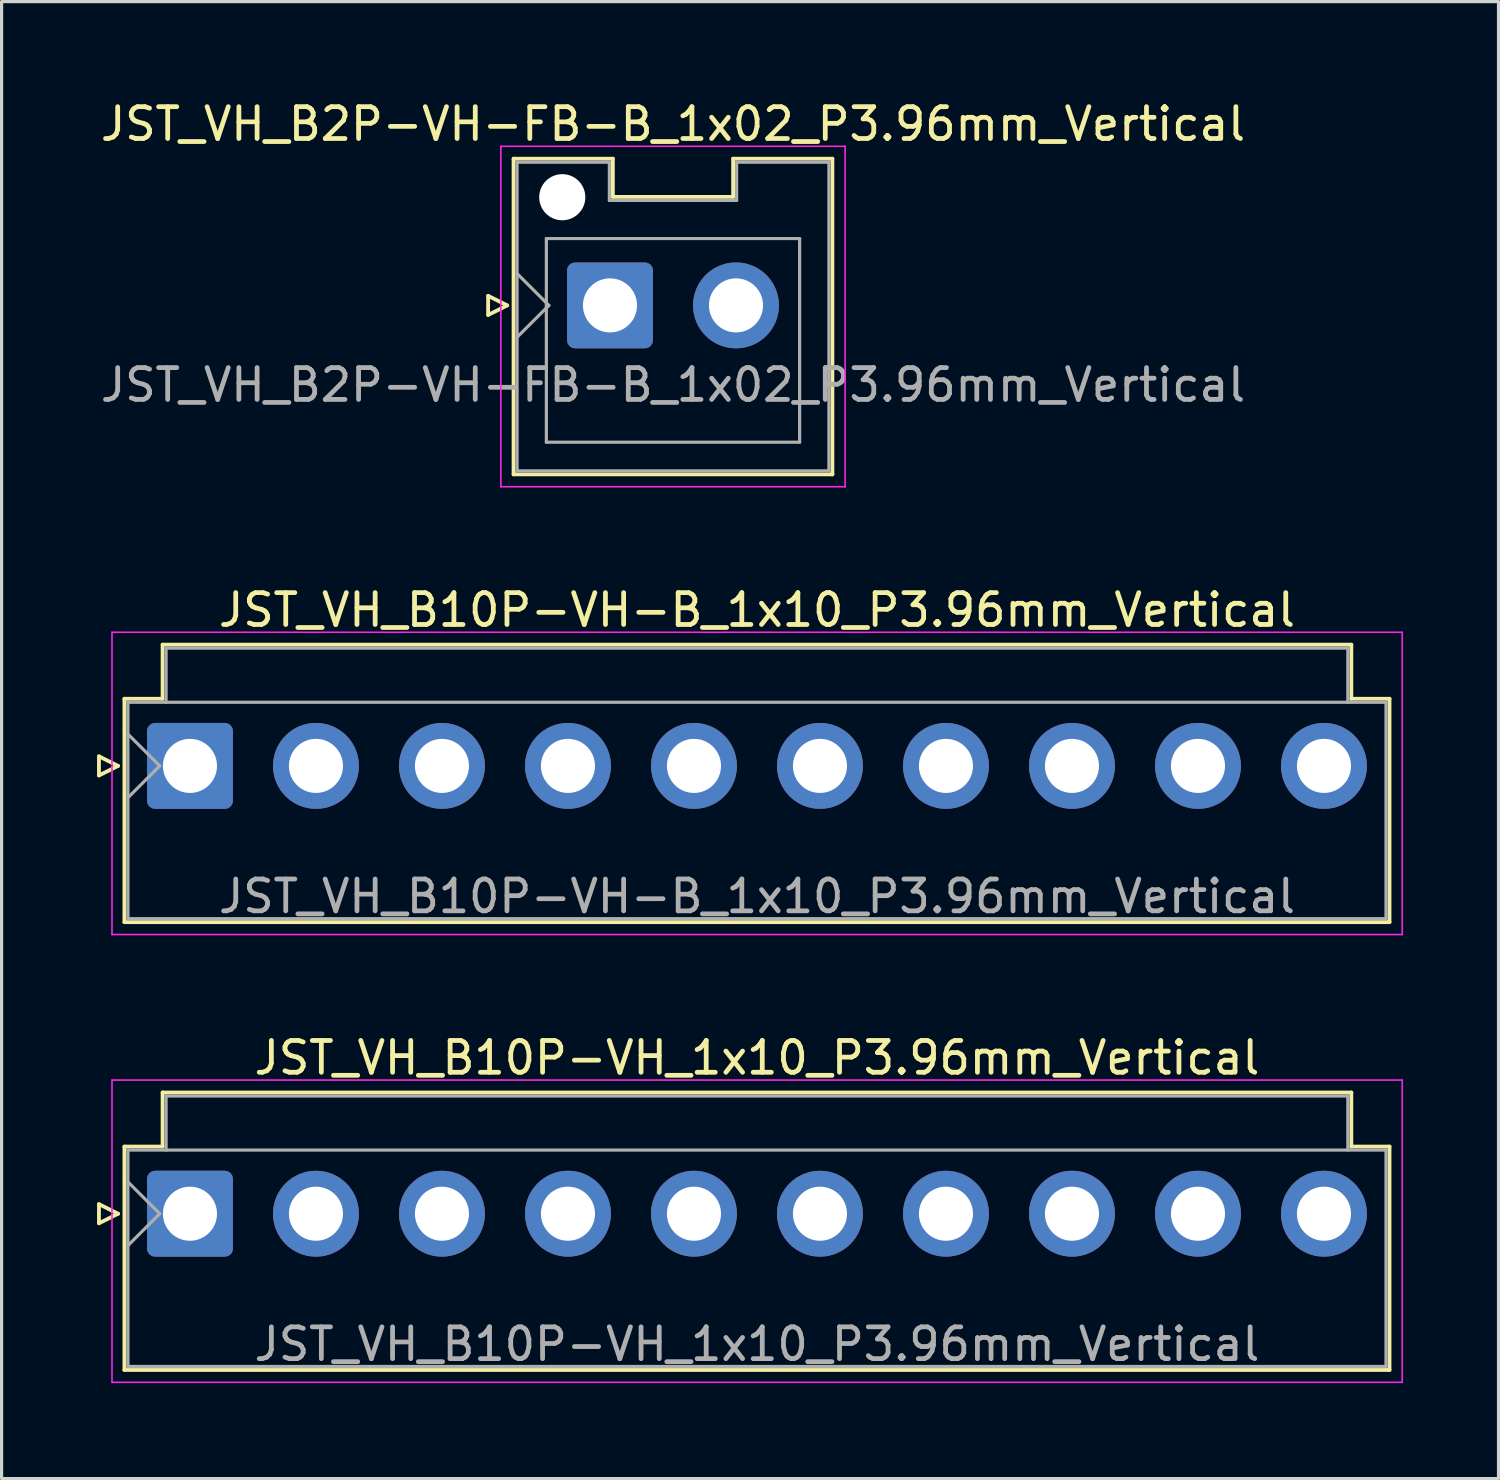
<source format=kicad_pcb>
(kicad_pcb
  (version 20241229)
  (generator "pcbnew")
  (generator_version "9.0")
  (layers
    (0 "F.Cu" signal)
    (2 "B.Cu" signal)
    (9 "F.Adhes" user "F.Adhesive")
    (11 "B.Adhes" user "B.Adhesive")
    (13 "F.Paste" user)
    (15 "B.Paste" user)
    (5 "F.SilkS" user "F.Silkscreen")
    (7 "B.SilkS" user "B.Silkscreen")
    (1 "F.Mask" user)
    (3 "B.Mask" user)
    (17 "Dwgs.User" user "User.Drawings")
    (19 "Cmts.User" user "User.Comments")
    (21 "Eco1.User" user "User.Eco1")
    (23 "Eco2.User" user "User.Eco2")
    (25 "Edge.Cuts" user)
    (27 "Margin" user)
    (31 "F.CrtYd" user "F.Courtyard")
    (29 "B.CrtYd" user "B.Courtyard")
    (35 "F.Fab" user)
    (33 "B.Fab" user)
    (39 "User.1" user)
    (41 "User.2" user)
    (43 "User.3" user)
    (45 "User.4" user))
  (footprint "JST_VH_B10P-VH_1x10_P3.96mm_Vertical"
    (layer "F.Cu")
    (at 2.92 35.095)
    (property "Reference" "JST_VH_B10P-VH_1x10_P3.96mm_Vertical" (at 17.82 -4.9 0) (layer "F.SilkS") (effects (font (size 1 1) (thickness 0.15))))
    (attr through_hole)
    (fp_line (start -2.86 -0.3) (end -2.26 0) (stroke (width 0.12) (type solid)) (layer "F.SilkS"))
    (fp_line (start -2.86 0.3) (end -2.86 -0.3) (stroke (width 0.12) (type solid)) (layer "F.SilkS"))
    (fp_line (start -2.26 0) (end -2.86 0.3) (stroke (width 0.12) (type solid)) (layer "F.SilkS"))
    (fp_line (start -2.06 -2.11) (end -0.86 -2.11) (stroke (width 0.12) (type solid)) (layer "F.SilkS"))
    (fp_line (start -2.06 4.91) (end -2.06 -2.11) (stroke (width 0.12) (type solid)) (layer "F.SilkS"))
    (fp_line (start -0.86 -3.81) (end 36.5 -3.81) (stroke (width 0.12) (type solid)) (layer "F.SilkS"))
    (fp_line (start -0.86 -2.11) (end -0.86 -3.81) (stroke (width 0.12) (type solid)) (layer "F.SilkS"))
    (fp_line (start 36.5 -3.81) (end 36.5 -2.11) (stroke (width 0.12) (type solid)) (layer "F.SilkS"))
    (fp_line (start 36.5 -2.11) (end 37.7 -2.11) (stroke (width 0.12) (type solid)) (layer "F.SilkS"))
    (fp_line (start 37.7 -2.11) (end 37.7 4.91) (stroke (width 0.12) (type solid)) (layer "F.SilkS"))
    (fp_line (start 37.7 4.91) (end -2.06 4.91) (stroke (width 0.12) (type solid)) (layer "F.SilkS"))
    (fp_line (start -2.45 -4.2) (end -2.45 5.3) (stroke (width 0.05) (type solid)) (layer "F.CrtYd"))
    (fp_line (start -2.45 5.3) (end 38.1 5.3) (stroke (width 0.05) (type solid)) (layer "F.CrtYd"))
    (fp_line (start 38.1 -4.2) (end -2.45 -4.2) (stroke (width 0.05) (type solid)) (layer "F.CrtYd"))
    (fp_line (start 38.1 5.3) (end 38.1 -4.2) (stroke (width 0.05) (type solid)) (layer "F.CrtYd"))
    (fp_line (start -1.95 -2) (end -1.95 4.8) (stroke (width 0.1) (type solid)) (layer "F.Fab"))
    (fp_line (start -1.95 -1) (end -0.95 0) (stroke (width 0.1) (type solid)) (layer "F.Fab"))
    (fp_line (start -1.95 1) (end -0.95 0) (stroke (width 0.1) (type solid)) (layer "F.Fab"))
    (fp_line (start -1.95 4.8) (end 37.59 4.8) (stroke (width 0.1) (type solid)) (layer "F.Fab"))
    (fp_line (start -0.75 -3.7) (end 36.39 -3.7) (stroke (width 0.1) (type solid)) (layer "F.Fab"))
    (fp_line (start -0.75 -2) (end -0.75 -3.7) (stroke (width 0.1) (type solid)) (layer "F.Fab"))
    (fp_line (start 36.39 -3.7) (end 36.39 -2) (stroke (width 0.1) (type solid)) (layer "F.Fab"))
    (fp_line (start 37.59 -2) (end -1.95 -2) (stroke (width 0.1) (type solid)) (layer "F.Fab"))
    (fp_line (start 37.59 4.8) (end 37.59 -2) (stroke (width 0.1) (type solid)) (layer "F.Fab"))
    (fp_text user "${REFERENCE}" (at 17.82 4.1 0) (layer "F.Fab") (effects (font (size 1 1) (thickness 0.15))))
    (pad "1" thru_hole roundrect (at 0 0) (size 2.7 2.7) (drill 1.7) (layers "*.Cu" "*.Mask") (roundrect_rratio 0.093))
    (pad "2" thru_hole circle (at 3.96 0) (size 2.7 2.7) (drill 1.7) (layers "*.Cu" "*.Mask"))
    (pad "3" thru_hole circle (at 7.92 0) (size 2.7 2.7) (drill 1.7) (layers "*.Cu" "*.Mask"))
    (pad "4" thru_hole circle (at 11.88 0) (size 2.7 2.7) (drill 1.7) (layers "*.Cu" "*.Mask"))
    (pad "5" thru_hole circle (at 15.84 0) (size 2.7 2.7) (drill 1.7) (layers "*.Cu" "*.Mask"))
    (pad "6" thru_hole circle (at 19.8 0) (size 2.7 2.7) (drill 1.7) (layers "*.Cu" "*.Mask"))
    (pad "7" thru_hole circle (at 23.76 0) (size 2.7 2.7) (drill 1.7) (layers "*.Cu" "*.Mask"))
    (pad "8" thru_hole circle (at 27.72 0) (size 2.7 2.7) (drill 1.7) (layers "*.Cu" "*.Mask"))
    (pad "9" thru_hole circle (at 31.68 0) (size 2.7 2.7) (drill 1.7) (layers "*.Cu" "*.Mask"))
    (pad "10" thru_hole circle (at 35.64 0) (size 2.7 2.7) (drill 1.7) (layers "*.Cu" "*.Mask")))
  (footprint "JST_VH_B10P-VH-B_1x10_P3.96mm_Vertical"
    (layer "F.Cu")
    (at 2.92 21.021)
    (property "Reference" "JST_VH_B10P-VH-B_1x10_P3.96mm_Vertical" (at 17.82 -4.9 0) (layer "F.SilkS") (effects (font (size 1 1) (thickness 0.15))))
    (attr through_hole)
    (fp_line (start -2.86 -0.3) (end -2.26 0) (stroke (width 0.12) (type solid)) (layer "F.SilkS"))
    (fp_line (start -2.86 0.3) (end -2.86 -0.3) (stroke (width 0.12) (type solid)) (layer "F.SilkS"))
    (fp_line (start -2.26 0) (end -2.86 0.3) (stroke (width 0.12) (type solid)) (layer "F.SilkS"))
    (fp_line (start -2.06 -2.11) (end -0.86 -2.11) (stroke (width 0.12) (type solid)) (layer "F.SilkS"))
    (fp_line (start -2.06 4.91) (end -2.06 -2.11) (stroke (width 0.12) (type solid)) (layer "F.SilkS"))
    (fp_line (start -0.86 -3.81) (end 36.5 -3.81) (stroke (width 0.12) (type solid)) (layer "F.SilkS"))
    (fp_line (start -0.86 -2.11) (end -0.86 -3.81) (stroke (width 0.12) (type solid)) (layer "F.SilkS"))
    (fp_line (start 36.5 -3.81) (end 36.5 -2.11) (stroke (width 0.12) (type solid)) (layer "F.SilkS"))
    (fp_line (start 36.5 -2.11) (end 37.7 -2.11) (stroke (width 0.12) (type solid)) (layer "F.SilkS"))
    (fp_line (start 37.7 -2.11) (end 37.7 4.91) (stroke (width 0.12) (type solid)) (layer "F.SilkS"))
    (fp_line (start 37.7 4.91) (end -2.06 4.91) (stroke (width 0.12) (type solid)) (layer "F.SilkS"))
    (fp_line (start -2.45 -4.2) (end -2.45 5.3) (stroke (width 0.05) (type solid)) (layer "F.CrtYd"))
    (fp_line (start -2.45 5.3) (end 38.1 5.3) (stroke (width 0.05) (type solid)) (layer "F.CrtYd"))
    (fp_line (start 38.1 -4.2) (end -2.45 -4.2) (stroke (width 0.05) (type solid)) (layer "F.CrtYd"))
    (fp_line (start 38.1 5.3) (end 38.1 -4.2) (stroke (width 0.05) (type solid)) (layer "F.CrtYd"))
    (fp_line (start -1.95 -2) (end -1.95 4.8) (stroke (width 0.1) (type solid)) (layer "F.Fab"))
    (fp_line (start -1.95 -1) (end -0.95 0) (stroke (width 0.1) (type solid)) (layer "F.Fab"))
    (fp_line (start -1.95 1) (end -0.95 0) (stroke (width 0.1) (type solid)) (layer "F.Fab"))
    (fp_line (start -1.95 4.8) (end 37.59 4.8) (stroke (width 0.1) (type solid)) (layer "F.Fab"))
    (fp_line (start -0.75 -3.7) (end 36.39 -3.7) (stroke (width 0.1) (type solid)) (layer "F.Fab"))
    (fp_line (start -0.75 -2) (end -0.75 -3.7) (stroke (width 0.1) (type solid)) (layer "F.Fab"))
    (fp_line (start 36.39 -3.7) (end 36.39 -2) (stroke (width 0.1) (type solid)) (layer "F.Fab"))
    (fp_line (start 37.59 -2) (end -1.95 -2) (stroke (width 0.1) (type solid)) (layer "F.Fab"))
    (fp_line (start 37.59 4.8) (end 37.59 -2) (stroke (width 0.1) (type solid)) (layer "F.Fab"))
    (fp_text user "${REFERENCE}" (at 17.82 4.1 0) (layer "F.Fab") (effects (font (size 1 1) (thickness 0.15))))
    (pad "1" thru_hole roundrect (at 0 0) (size 2.7 2.7) (drill 1.7) (layers "*.Cu" "*.Mask") (roundrect_rratio 0.093))
    (pad "2" thru_hole circle (at 3.96 0) (size 2.7 2.7) (drill 1.7) (layers "*.Cu" "*.Mask"))
    (pad "3" thru_hole circle (at 7.92 0) (size 2.7 2.7) (drill 1.7) (layers "*.Cu" "*.Mask"))
    (pad "4" thru_hole circle (at 11.88 0) (size 2.7 2.7) (drill 1.7) (layers "*.Cu" "*.Mask"))
    (pad "5" thru_hole circle (at 15.84 0) (size 2.7 2.7) (drill 1.7) (layers "*.Cu" "*.Mask"))
    (pad "6" thru_hole circle (at 19.8 0) (size 2.7 2.7) (drill 1.7) (layers "*.Cu" "*.Mask"))
    (pad "7" thru_hole circle (at 23.76 0) (size 2.7 2.7) (drill 1.7) (layers "*.Cu" "*.Mask"))
    (pad "8" thru_hole circle (at 27.72 0) (size 2.7 2.7) (drill 1.7) (layers "*.Cu" "*.Mask"))
    (pad "9" thru_hole circle (at 31.68 0) (size 2.7 2.7) (drill 1.7) (layers "*.Cu" "*.Mask"))
    (pad "10" thru_hole circle (at 35.64 0) (size 2.7 2.7) (drill 1.7) (layers "*.Cu" "*.Mask")))
  (footprint "JST_VH_B2P-VH-FB-B_1x02_P3.96mm_Vertical"
    (layer "F.Cu")
    (at 16.121 6.548)
    (property "Reference" "JST_VH_B2P-VH-FB-B_1x02_P3.96mm_Vertical" (at 1.98 -5.7 0) (layer "F.SilkS") (effects (font (size 1 1) (thickness 0.15))))
    (attr through_hole)
    (fp_line (start -3.83 -0.3) (end -3.23 0) (stroke (width 0.12) (type solid)) (layer "F.SilkS"))
    (fp_line (start -3.83 0.3) (end -3.83 -0.3) (stroke (width 0.12) (type solid)) (layer "F.SilkS"))
    (fp_line (start -3.23 0) (end -3.83 0.3) (stroke (width 0.12) (type solid)) (layer "F.SilkS"))
    (fp_line (start -3.03 -4.61) (end 0.09 -4.61) (stroke (width 0.12) (type solid)) (layer "F.SilkS"))
    (fp_line (start -3.03 5.31) (end -3.03 -4.61) (stroke (width 0.12) (type solid)) (layer "F.SilkS"))
    (fp_line (start 0.09 -4.61) (end 0.09 -3.41) (stroke (width 0.12) (type solid)) (layer "F.SilkS"))
    (fp_line (start 0.09 -3.41) (end 3.87 -3.41) (stroke (width 0.12) (type solid)) (layer "F.SilkS"))
    (fp_line (start 3.87 -4.61) (end 6.99 -4.61) (stroke (width 0.12) (type solid)) (layer "F.SilkS"))
    (fp_line (start 3.87 -3.41) (end 3.87 -4.61) (stroke (width 0.12) (type solid)) (layer "F.SilkS"))
    (fp_line (start 6.99 -4.61) (end 6.99 5.31) (stroke (width 0.12) (type solid)) (layer "F.SilkS"))
    (fp_line (start 6.99 5.31) (end -3.03 5.31) (stroke (width 0.12) (type solid)) (layer "F.SilkS"))
    (fp_line (start -3.43 -5) (end -3.43 5.7) (stroke (width 0.05) (type solid)) (layer "F.CrtYd"))
    (fp_line (start -3.43 5.7) (end 7.39 5.7) (stroke (width 0.05) (type solid)) (layer "F.CrtYd"))
    (fp_line (start 7.39 -5) (end -3.43 -5) (stroke (width 0.05) (type solid)) (layer "F.CrtYd"))
    (fp_line (start 7.39 5.7) (end 7.39 -5) (stroke (width 0.05) (type solid)) (layer "F.CrtYd"))
    (fp_line (start -2.92 -4.5) (end -0.02 -4.5) (stroke (width 0.1) (type solid)) (layer "F.Fab"))
    (fp_line (start -2.92 -1) (end -1.92 0) (stroke (width 0.1) (type solid)) (layer "F.Fab"))
    (fp_line (start -2.92 1) (end -1.92 0) (stroke (width 0.1) (type solid)) (layer "F.Fab"))
    (fp_line (start -2.92 5.2) (end -2.92 -4.5) (stroke (width 0.1) (type solid)) (layer "F.Fab"))
    (fp_line (start -2 -2.1) (end 5.96 -2.1) (stroke (width 0.1) (type solid)) (layer "F.Fab"))
    (fp_line (start -2 4.3) (end -2 -2.1) (stroke (width 0.1) (type solid)) (layer "F.Fab"))
    (fp_line (start -0.02 -4.5) (end -0.02 -3.3) (stroke (width 0.1) (type solid)) (layer "F.Fab"))
    (fp_line (start -0.02 -3.3) (end 3.98 -3.3) (stroke (width 0.1) (type solid)) (layer "F.Fab"))
    (fp_line (start 3.98 -4.5) (end 6.88 -4.5) (stroke (width 0.1) (type solid)) (layer "F.Fab"))
    (fp_line (start 3.98 -3.3) (end 3.98 -4.5) (stroke (width 0.1) (type solid)) (layer "F.Fab"))
    (fp_line (start 5.96 -2.1) (end 5.96 4.3) (stroke (width 0.1) (type solid)) (layer "F.Fab"))
    (fp_line (start 5.96 4.3) (end -2 4.3) (stroke (width 0.1) (type solid)) (layer "F.Fab"))
    (fp_line (start 6.88 -4.5) (end 6.88 5.2) (stroke (width 0.1) (type solid)) (layer "F.Fab"))
    (fp_line (start 6.88 5.2) (end -2.92 5.2) (stroke (width 0.1) (type solid)) (layer "F.Fab"))
    (fp_text user "${REFERENCE}" (at 1.98 2.5 0) (layer "F.Fab") (effects (font (size 1 1) (thickness 0.15))))
    (pad "" np_thru_hole circle (at -1.5 -3.4) (size 1.45 1.45) (drill 1.45) (layers "*.Cu" "*.Mask"))
    (pad "1" thru_hole roundrect (at 0 0) (size 2.7 2.7) (drill 1.7) (layers "*.Cu" "*.Mask") (roundrect_rratio 0.093))
    (pad "2" thru_hole circle (at 3.96 0) (size 2.7 2.7) (drill 1.7) (layers "*.Cu" "*.Mask")))
  (gr_rect
    (start -3 -3)
    (end 44.045 43.42)
    (stroke (width 0.1) (type default))
    (fill no)
    (layer "Edge.Cuts")))
</source>
